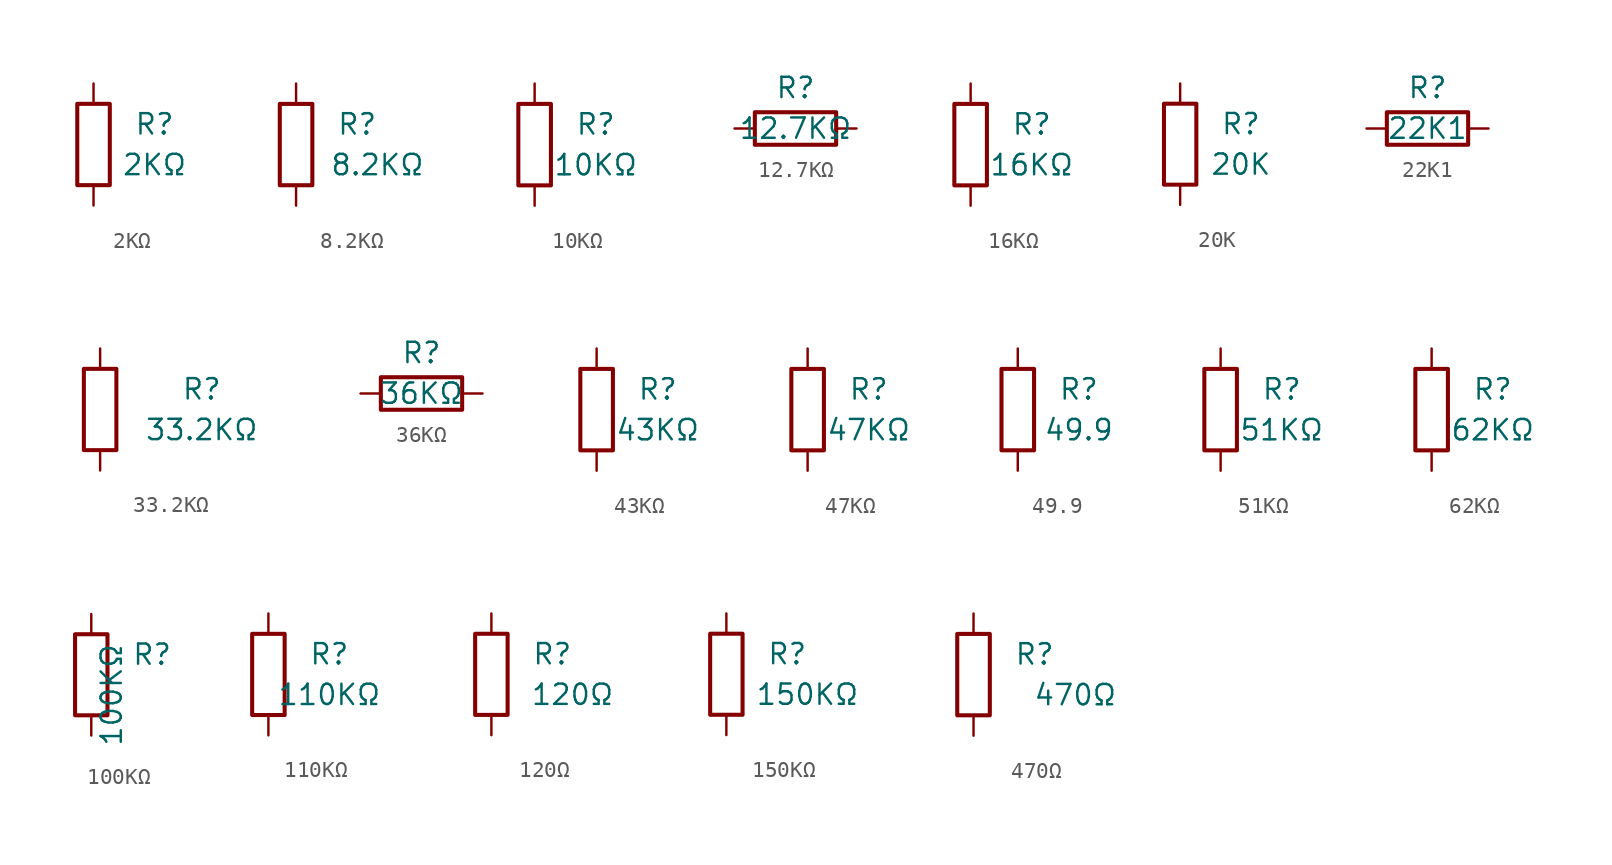
<source format=kicad_sym>
(kicad_symbol_lib
  (version 20220914)
  (generator kicad_symbol_editor)
  (symbol "2KΩ"
    (pin_numbers hide)
    (pin_names
      (offset 0))
    (property "Reference" "R"
      (at 3.81 1.27 0)
      (effects (font (size 1.27 1.27))))
    (property "Value" "2KΩ"
      (at 3.81 -1.27 0)
      (effects (font (size 1.27 1.27))))
    (symbol "2KΩ_0_1"
      (rectangle (start -1.016 -2.54) (end 1.016 2.54) (stroke (width 0.254) (type solid)) (fill (type none))))
    (symbol "2KΩ_1_1"
      (pin passive line (at 0 3.81 270) (length 1.27) (name "~" (effects (font (size 1.27 1.27)))) (number "1" (effects (font (size 1.27 1.27)))))
      (pin passive line (at 0 -3.81 90) (length 1.27) (name "~" (effects (font (size 1.27 1.27)))) (number "2" (effects (font (size 1.27 1.27)))))))
  (symbol "8.2KΩ"
    (pin_numbers hide)
    (pin_names
      (offset 0))
    (property "Reference" "R"
      (at 3.81 1.27 0)
      (effects (font (size 1.27 1.27))))
    (property "Value" "8.2KΩ"
      (at 5.08 -1.27 0)
      (effects (font (size 1.27 1.27))))
    (symbol "8.2KΩ_0_1"
      (rectangle (start -1.016 -2.54) (end 1.016 2.54) (stroke (width 0.254) (type solid)) (fill (type none))))
    (symbol "8.2KΩ_1_1"
      (pin passive line (at 0 3.81 270) (length 1.27) (name "~" (effects (font (size 1.27 1.27)))) (number "1" (effects (font (size 1.27 1.27)))))
      (pin passive line (at 0 -3.81 90) (length 1.27) (name "~" (effects (font (size 1.27 1.27)))) (number "2" (effects (font (size 1.27 1.27)))))))
  (symbol "10KΩ"
    (pin_numbers hide)
    (pin_names
      (offset 0))
    (property "Reference" "R"
      (at 3.81 1.27 0)
      (effects (font (size 1.27 1.27))))
    (property "Value" "10KΩ"
      (at 3.81 -1.27 0)
      (effects (font (size 1.27 1.27))))
    (symbol "10KΩ_0_1"
      (rectangle (start -1.016 -2.54) (end 1.016 2.54) (stroke (width 0.254) (type solid)) (fill (type none))))
    (symbol "10KΩ_1_1"
      (pin passive line (at 0 3.81 270) (length 1.27) (name "~" (effects (font (size 1.27 1.27)))) (number "1" (effects (font (size 1.27 1.27)))))
      (pin passive line (at 0 -3.81 90) (length 1.27) (name "~" (effects (font (size 1.27 1.27)))) (number "2" (effects (font (size 1.27 1.27)))))))
  (symbol "12.7KΩ"
    (pin_numbers hide)
    (pin_names
      (offset 0))
    (property "Reference" "R"
      (at 0 2.54 0)
      (effects (font (size 1.27 1.27))))
    (property "Value" "12.7KΩ"
      (at 0 0 0)
      (effects (font (size 1.27 1.27))))
    (symbol "12.7KΩ_0_1"
      (rectangle (start 2.54 -1.016) (end -2.54 1.016) (stroke (width 0.254) (type solid)) (fill (type none))))
    (symbol "12.7KΩ_1_1"
      (pin passive line (at -3.81 0 0) (length 1.27) (name "~" (effects (font (size 1.27 1.27)))) (number "1" (effects (font (size 1.27 1.27)))))
      (pin passive line (at 3.81 0 180) (length 1.27) (name "~" (effects (font (size 1.27 1.27)))) (number "2" (effects (font (size 1.27 1.27)))))))
  (symbol "16KΩ"
    (pin_numbers hide)
    (pin_names
      (offset 0))
    (property "Reference" "R"
      (at 3.81 1.27 0)
      (effects (font (size 1.27 1.27))))
    (property "Value" "16KΩ"
      (at 3.81 -1.27 0)
      (effects (font (size 1.27 1.27))))
    (symbol "16KΩ_0_1"
      (rectangle (start -1.016 -2.54) (end 1.016 2.54) (stroke (width 0.254) (type solid)) (fill (type none))))
    (symbol "16KΩ_1_1"
      (pin passive line (at 0 3.81 270) (length 1.27) (name "~" (effects (font (size 1.27 1.27)))) (number "1" (effects (font (size 1.27 1.27)))))
      (pin passive line (at 0 -3.81 90) (length 1.27) (name "~" (effects (font (size 1.27 1.27)))) (number "2" (effects (font (size 1.27 1.27)))))))
  (symbol "20K"
    (pin_numbers hide)
    (pin_names
      (offset 0))
    (property "Reference" "R"
      (at 3.81 1.27 0)
      (effects (font (size 1.27 1.27))))
    (property "Value" "20K"
      (at 3.81 -1.27 0)
      (effects (font (size 1.27 1.27))))
    (symbol "20K_0_1"
      (rectangle (start -1.016 -2.54) (end 1.016 2.54) (stroke (width 0.254) (type solid)) (fill (type none))))
    (symbol "20K_1_1"
      (pin passive line (at 0 3.81 270) (length 1.27) (name "~" (effects (font (size 1.27 1.27)))) (number "1" (effects (font (size 1.27 1.27)))))
      (pin passive line (at 0 -3.81 90) (length 1.27) (name "~" (effects (font (size 1.27 1.27)))) (number "2" (effects (font (size 1.27 1.27)))))))
  (symbol "22K1"
    (pin_numbers hide)
    (pin_names
      (offset 0))
    (property "Reference" "R"
      (at 0 2.54 0)
      (effects (font (size 1.27 1.27))))
    (property "Value" "22K1"
      (at 0 0 0)
      (effects (font (size 1.27 1.27))))
    (symbol "22K1_0_1"
      (rectangle (start 2.54 -1.016) (end -2.54 1.016) (stroke (width 0.254) (type solid)) (fill (type none))))
    (symbol "22K1_1_1"
      (pin passive line (at -3.81 0 0) (length 1.27) (name "~" (effects (font (size 1.27 1.27)))) (number "1" (effects (font (size 1.27 1.27)))))
      (pin passive line (at 3.81 0 180) (length 1.27) (name "~" (effects (font (size 1.27 1.27)))) (number "2" (effects (font (size 1.27 1.27)))))))
  (symbol "33.2KΩ"
    (pin_numbers hide)
    (pin_names
      (offset 0))
    (property "Reference" "R"
      (at 6.35 1.27 0)
      (effects (font (size 1.27 1.27))))
    (property "Value" "33.2KΩ"
      (at 6.35 -1.27 0)
      (effects (font (size 1.27 1.27))))
    (symbol "33.2KΩ_0_1"
      (rectangle (start -1.016 -2.54) (end 1.016 2.54) (stroke (width 0.254) (type solid)) (fill (type none))))
    (symbol "33.2KΩ_1_1"
      (pin passive line (at 0 3.81 270) (length 1.27) (name "~" (effects (font (size 1.27 1.27)))) (number "1" (effects (font (size 1.27 1.27)))))
      (pin passive line (at 0 -3.81 90) (length 1.27) (name "~" (effects (font (size 1.27 1.27)))) (number "2" (effects (font (size 1.27 1.27)))))))
  (symbol "36KΩ"
    (pin_numbers hide)
    (pin_names
      (offset 0))
    (property "Reference" "R"
      (at 0 2.54 0)
      (effects (font (size 1.27 1.27))))
    (property "Value" "36KΩ"
      (at 0 0 0)
      (effects (font (size 1.27 1.27))))
    (symbol "36KΩ_0_1"
      (rectangle (start 2.54 -1.016) (end -2.54 1.016) (stroke (width 0.254) (type solid)) (fill (type none))))
    (symbol "36KΩ_1_1"
      (pin passive line (at -3.81 0 0) (length 1.27) (name "~" (effects (font (size 1.27 1.27)))) (number "1" (effects (font (size 1.27 1.27)))))
      (pin passive line (at 3.81 0 180) (length 1.27) (name "~" (effects (font (size 1.27 1.27)))) (number "2" (effects (font (size 1.27 1.27)))))))
  (symbol "43KΩ"
    (pin_numbers hide)
    (pin_names
      (offset 0))
    (property "Reference" "R"
      (at 3.81 1.27 0)
      (effects (font (size 1.27 1.27))))
    (property "Value" "43KΩ"
      (at 3.81 -1.27 0)
      (effects (font (size 1.27 1.27))))
    (symbol "43KΩ_0_1"
      (rectangle (start -1.016 -2.54) (end 1.016 2.54) (stroke (width 0.254) (type solid)) (fill (type none))))
    (symbol "43KΩ_1_1"
      (pin passive line (at 0 3.81 270) (length 1.27) (name "~" (effects (font (size 1.27 1.27)))) (number "1" (effects (font (size 1.27 1.27)))))
      (pin passive line (at 0 -3.81 90) (length 1.27) (name "~" (effects (font (size 1.27 1.27)))) (number "2" (effects (font (size 1.27 1.27)))))))
  (symbol "47KΩ"
    (pin_numbers hide)
    (pin_names
      (offset 0))
    (property "Reference" "R"
      (at 3.81 1.27 0)
      (effects (font (size 1.27 1.27))))
    (property "Value" "47KΩ"
      (at 3.81 -1.27 0)
      (effects (font (size 1.27 1.27))))
    (symbol "47KΩ_0_1"
      (rectangle (start -1.016 -2.54) (end 1.016 2.54) (stroke (width 0.254) (type solid)) (fill (type none))))
    (symbol "47KΩ_1_1"
      (pin passive line (at 0 3.81 270) (length 1.27) (name "~" (effects (font (size 1.27 1.27)))) (number "1" (effects (font (size 1.27 1.27)))))
      (pin passive line (at 0 -3.81 90) (length 1.27) (name "~" (effects (font (size 1.27 1.27)))) (number "2" (effects (font (size 1.27 1.27)))))))
  (symbol "49.9"
    (pin_numbers hide)
    (pin_names
      (offset 0))
    (property "Reference" "R"
      (at 3.81 1.27 0)
      (effects (font (size 1.27 1.27))))
    (property "Value" "49.9"
      (at 3.81 -1.27 0)
      (effects (font (size 1.27 1.27))))
    (symbol "49.9_0_1"
      (rectangle (start -1.016 -2.54) (end 1.016 2.54) (stroke (width 0.254) (type solid)) (fill (type none))))
    (symbol "49.9_1_1"
      (pin passive line (at 0 3.81 270) (length 1.27) (name "~" (effects (font (size 1.27 1.27)))) (number "1" (effects (font (size 1.27 1.27)))))
      (pin passive line (at 0 -3.81 90) (length 1.27) (name "~" (effects (font (size 1.27 1.27)))) (number "2" (effects (font (size 1.27 1.27)))))))
  (symbol "51KΩ"
    (pin_numbers hide)
    (pin_names
      (offset 0))
    (property "Reference" "R"
      (at 3.81 1.27 0)
      (effects (font (size 1.27 1.27))))
    (property "Value" "51KΩ"
      (at 3.81 -1.27 0)
      (effects (font (size 1.27 1.27))))
    (symbol "51KΩ_0_1"
      (rectangle (start -1.016 -2.54) (end 1.016 2.54) (stroke (width 0.254) (type solid)) (fill (type none))))
    (symbol "51KΩ_1_1"
      (pin passive line (at 0 3.81 270) (length 1.27) (name "~" (effects (font (size 1.27 1.27)))) (number "1" (effects (font (size 1.27 1.27)))))
      (pin passive line (at 0 -3.81 90) (length 1.27) (name "~" (effects (font (size 1.27 1.27)))) (number "2" (effects (font (size 1.27 1.27)))))))
  (symbol "62KΩ"
    (pin_numbers hide)
    (pin_names
      (offset 0))
    (property "Reference" "R"
      (at 3.81 1.27 0)
      (effects (font (size 1.27 1.27))))
    (property "Value" "62KΩ"
      (at 3.81 -1.27 0)
      (effects (font (size 1.27 1.27))))
    (symbol "62KΩ_0_1"
      (rectangle (start -1.016 -2.54) (end 1.016 2.54) (stroke (width 0.254) (type solid)) (fill (type none))))
    (symbol "62KΩ_1_1"
      (pin passive line (at 0 3.81 270) (length 1.27) (name "~" (effects (font (size 1.27 1.27)))) (number "1" (effects (font (size 1.27 1.27)))))
      (pin passive line (at 0 -3.81 90) (length 1.27) (name "~" (effects (font (size 1.27 1.27)))) (number "2" (effects (font (size 1.27 1.27)))))))
  (symbol "100KΩ"
    (pin_numbers hide)
    (pin_names
      (offset 0))
    (property "Reference" "R"
      (at 3.81 1.27 0)
      (effects (font (size 1.27 1.27))))
    (property "Value" "100KΩ"
      (at 1.27 -1.27 90)
      (effects (font (size 1.27 1.27))))
    (symbol "100KΩ_0_1"
      (rectangle (start -1.016 -2.54) (end 1.016 2.54) (stroke (width 0.254) (type solid)) (fill (type none))))
    (symbol "100KΩ_1_1"
      (pin passive line (at 0 3.81 270) (length 1.27) (name "~" (effects (font (size 1.27 1.27)))) (number "1" (effects (font (size 1.27 1.27)))))
      (pin passive line (at 0 -3.81 90) (length 1.27) (name "~" (effects (font (size 1.27 1.27)))) (number "2" (effects (font (size 1.27 1.27)))))))
  (symbol "110KΩ"
    (pin_numbers hide)
    (pin_names
      (offset 0))
    (property "Reference" "R"
      (at 3.81 1.27 0)
      (effects (font (size 1.27 1.27))))
    (property "Value" "110KΩ"
      (at 3.81 -1.27 0)
      (effects (font (size 1.27 1.27))))
    (symbol "110KΩ_0_1"
      (rectangle (start -1.016 -2.54) (end 1.016 2.54) (stroke (width 0.254) (type solid)) (fill (type none))))
    (symbol "110KΩ_1_1"
      (pin passive line (at 0 3.81 270) (length 1.27) (name "~" (effects (font (size 1.27 1.27)))) (number "1" (effects (font (size 1.27 1.27)))))
      (pin passive line (at 0 -3.81 90) (length 1.27) (name "~" (effects (font (size 1.27 1.27)))) (number "2" (effects (font (size 1.27 1.27)))))))
  (symbol "120Ω"
    (pin_numbers hide)
    (pin_names
      (offset 0))
    (property "Reference" "R"
      (at 3.81 1.27 0)
      (effects (font (size 1.27 1.27))))
    (property "Value" "120Ω"
      (at 5.08 -1.27 0)
      (effects (font (size 1.27 1.27))))
    (symbol "120Ω_0_1"
      (rectangle (start -1.016 -2.54) (end 1.016 2.54) (stroke (width 0.254) (type solid)) (fill (type none))))
    (symbol "120Ω_1_1"
      (pin passive line (at 0 3.81 270) (length 1.27) (name "~" (effects (font (size 1.27 1.27)))) (number "1" (effects (font (size 1.27 1.27)))))
      (pin passive line (at 0 -3.81 90) (length 1.27) (name "~" (effects (font (size 1.27 1.27)))) (number "2" (effects (font (size 1.27 1.27)))))))
  (symbol "150KΩ"
    (pin_numbers hide)
    (pin_names
      (offset 0))
    (property "Reference" "R"
      (at 3.81 1.27 0)
      (effects (font (size 1.27 1.27))))
    (property "Value" "150KΩ"
      (at 5.08 -1.27 0)
      (effects (font (size 1.27 1.27))))
    (symbol "150KΩ_0_1"
      (rectangle (start -1.016 -2.54) (end 1.016 2.54) (stroke (width 0.254) (type solid)) (fill (type none))))
    (symbol "150KΩ_1_1"
      (pin passive line (at 0 3.81 270) (length 1.27) (name "~" (effects (font (size 1.27 1.27)))) (number "1" (effects (font (size 1.27 1.27)))))
      (pin passive line (at 0 -3.81 90) (length 1.27) (name "~" (effects (font (size 1.27 1.27)))) (number "2" (effects (font (size 1.27 1.27)))))))
  (symbol "470Ω"
    (pin_numbers hide)
    (pin_names
      (offset 0))
    (property "Reference" "R"
      (at 3.81 1.27 0)
      (effects (font (size 1.27 1.27))))
    (property "Value" "470Ω"
      (at 6.35 -1.27 0)
      (effects (font (size 1.27 1.27))))
    (symbol "470Ω_0_1"
      (rectangle (start -1.016 -2.54) (end 1.016 2.54) (stroke (width 0.254) (type solid)) (fill (type none))))
    (symbol "470Ω_1_1"
      (pin passive line (at 0 3.81 270) (length 1.27) (name "~" (effects (font (size 1.27 1.27)))) (number "1" (effects (font (size 1.27 1.27)))))
      (pin passive line (at 0 -3.81 90) (length 1.27) (name "~" (effects (font (size 1.27 1.27)))) (number "2" (effects (font (size 1.27 1.27))))))))
</source>
